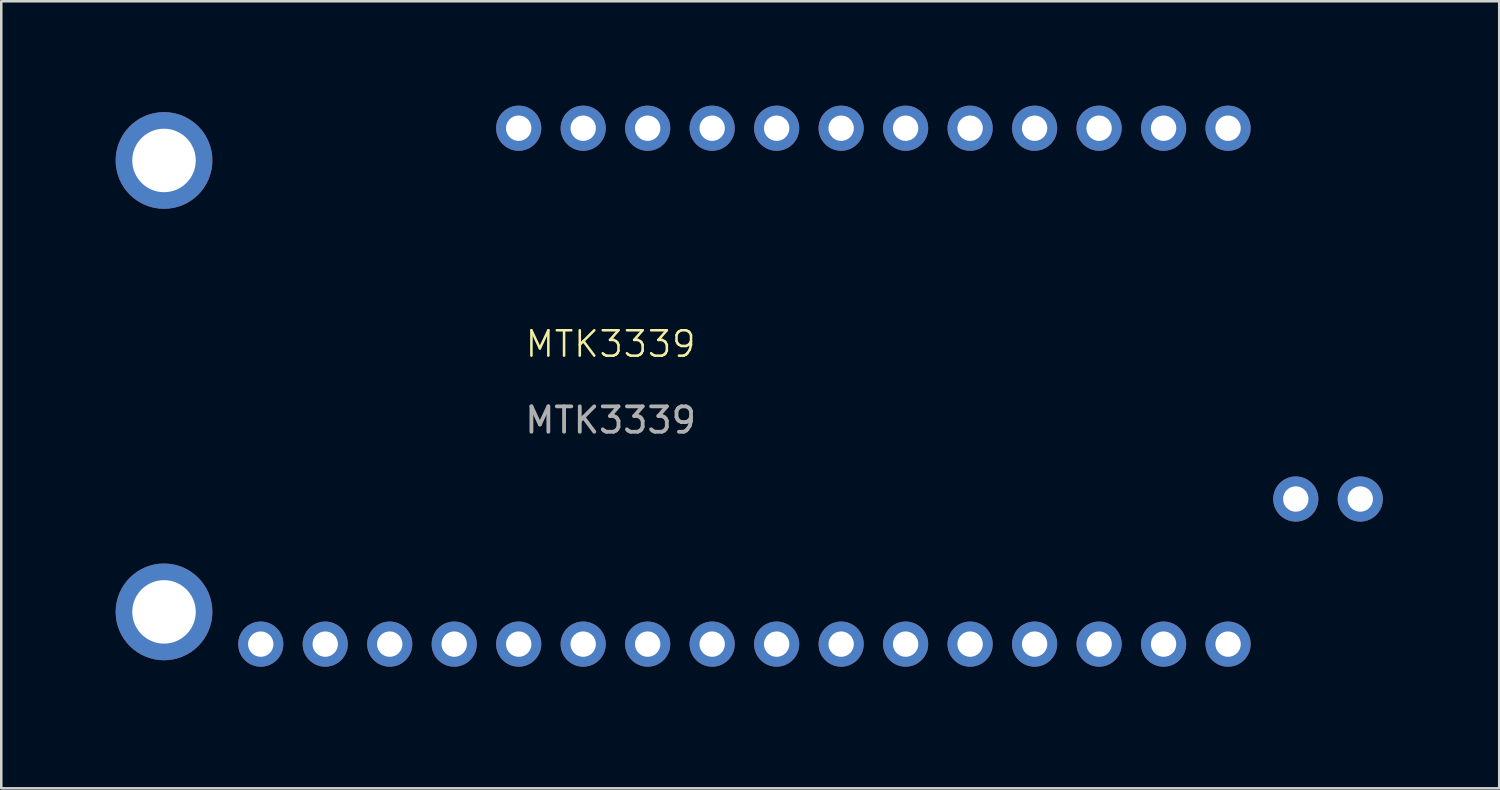
<source format=kicad_pcb>
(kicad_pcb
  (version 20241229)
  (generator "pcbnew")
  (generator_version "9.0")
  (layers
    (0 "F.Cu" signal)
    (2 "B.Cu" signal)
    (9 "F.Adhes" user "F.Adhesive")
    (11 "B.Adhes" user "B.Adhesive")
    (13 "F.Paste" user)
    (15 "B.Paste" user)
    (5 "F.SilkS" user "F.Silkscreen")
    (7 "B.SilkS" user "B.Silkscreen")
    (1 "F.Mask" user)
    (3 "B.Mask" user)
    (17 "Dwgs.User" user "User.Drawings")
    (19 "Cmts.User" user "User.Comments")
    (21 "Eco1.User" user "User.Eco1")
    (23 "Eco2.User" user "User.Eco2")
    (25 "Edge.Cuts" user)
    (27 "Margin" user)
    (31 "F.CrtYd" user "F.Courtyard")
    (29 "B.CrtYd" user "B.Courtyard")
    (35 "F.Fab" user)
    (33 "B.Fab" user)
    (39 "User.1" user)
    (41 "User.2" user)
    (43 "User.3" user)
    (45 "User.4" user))
  (footprint "MTK3339"
    (layer "F.Cu")
    (at 21 11)
    (property "Reference" "MTK3339" (at 0 -0.5 0) (unlocked yes) (layer "F.SilkS") (effects (font (size 1 1) (thickness 0.1))))
    (attr through_hole)
    (fp_text user "${REFERENCE}" (at 0 2.5 0) (unlocked yes) (layer "F.Fab") (effects (font (size 1 1) (thickness 0.15))))
    (pad "" thru_hole circle (at -17.59 -7.73) (size 3.81 3.81) (drill 2.5) (layers "*.Cu" "*.Mask"))
    (pad "" thru_hole circle (at -17.59 10.05) (size 3.81 3.81) (drill 2.5) (layers "*.Cu" "*.Mask"))
    (pad "" thru_hole circle (at -13.78 11.32) (size 1.778 1.778) (drill 1) (layers "*.Cu" "*.Mask"))
    (pad "" thru_hole circle (at -8.7 11.32) (size 1.778 1.778) (drill 1) (layers "*.Cu" "*.Mask"))
    (pad "" thru_hole circle (at -3.62 -9) (size 1.778 1.778) (drill 1) (layers "*.Cu" "*.Mask"))
    (pad "" thru_hole circle (at -3.62 11.32) (size 1.778 1.778) (drill 1) (layers "*.Cu" "*.Mask"))
    (pad "" thru_hole circle (at -1.08 -9) (size 1.778 1.778) (drill 1) (layers "*.Cu" "*.Mask"))
    (pad "" thru_hole circle (at -1.08 11.32) (size 1.778 1.778) (drill 1) (layers "*.Cu" "*.Mask"))
    (pad "" thru_hole circle (at 1.46 -9) (size 1.778 1.778) (drill 1) (layers "*.Cu" "*.Mask"))
    (pad "" thru_hole circle (at 1.46 11.32) (size 1.778 1.778) (drill 1) (layers "*.Cu" "*.Mask"))
    (pad "" thru_hole circle (at 4 -9) (size 1.778 1.778) (drill 1) (layers "*.Cu" "*.Mask"))
    (pad "" thru_hole circle (at 4 11.32) (size 1.778 1.778) (drill 1) (layers "*.Cu" "*.Mask"))
    (pad "" thru_hole circle (at 6.54 -9) (size 1.778 1.778) (drill 1) (layers "*.Cu" "*.Mask"))
    (pad "" thru_hole circle (at 6.54 11.32) (size 1.778 1.778) (drill 1) (layers "*.Cu" "*.Mask"))
    (pad "" thru_hole circle (at 9.08 -9) (size 1.778 1.778) (drill 1) (layers "*.Cu" "*.Mask"))
    (pad "" thru_hole circle (at 9.08 11.32) (size 1.778 1.778) (drill 1) (layers "*.Cu" "*.Mask"))
    (pad "" thru_hole circle (at 11.62 -9) (size 1.778 1.778) (drill 1) (layers "*.Cu" "*.Mask"))
    (pad "" thru_hole circle (at 11.62 11.32) (size 1.778 1.778) (drill 1) (layers "*.Cu" "*.Mask"))
    (pad "" thru_hole circle (at 14.16 -9) (size 1.778 1.778) (drill 1) (layers "*.Cu" "*.Mask"))
    (pad "" thru_hole circle (at 14.16 11.32) (size 1.778 1.778) (drill 1) (layers "*.Cu" "*.Mask"))
    (pad "" thru_hole circle (at 16.7 -9) (size 1.778 1.778) (drill 1) (layers "*.Cu" "*.Mask"))
    (pad "" thru_hole circle (at 16.7 11.32) (size 1.778 1.778) (drill 1) (layers "*.Cu" "*.Mask"))
    (pad "" thru_hole circle (at 19.24 -9) (size 1.778 1.778) (drill 1) (layers "*.Cu" "*.Mask"))
    (pad "" thru_hole circle (at 19.24 11.32) (size 1.778 1.778) (drill 1) (layers "*.Cu" "*.Mask"))
    (pad "" thru_hole circle (at 21.78 -9) (size 1.778 1.778) (drill 1) (layers "*.Cu" "*.Mask"))
    (pad "" thru_hole circle (at 21.78 11.32) (size 1.778 1.778) (drill 1) (layers "*.Cu" "*.Mask"))
    (pad "" thru_hole circle (at 24.32 -9) (size 1.778 1.778) (drill 1) (layers "*.Cu" "*.Mask"))
    (pad "" thru_hole circle (at 24.32 11.32) (size 1.778 1.778) (drill 1) (layers "*.Cu" "*.Mask"))
    (pad "1" thru_hole circle (at -11.24 11.32) (size 1.778 1.778) (drill 1) (layers "*.Cu" "*.Mask"))
    (pad "2" thru_hole circle (at -6.16 11.32) (size 1.778 1.778) (drill 1) (layers "*.Cu" "*.Mask"))
    (pad "3" thru_hole circle (at 29.527 5.605 270) (size 1.778 1.778) (drill 1) (layers "*.Cu" "*.Mask"))
    (pad "4" thru_hole circle (at 26.987 5.605 270) (size 1.778 1.778) (drill 1) (layers "*.Cu" "*.Mask"))
    (zone (net_name "") (layer "F.SilkS") (hatch edge 0.5) (connect_pads) (min_thickness 0.25) (filled_areas_thickness no) (keepout (tracks allowed) (vias allowed) (pads not_allowed) (copperpour allowed) (footprints not_allowed)) (placement (enabled no)) (fill) (polygon (pts (xy 0 0) (xy 53 0) (xy 53 25) (xy 0 25)))))
  (gr_rect
    (start -3 -3)
    (end 56 28)
    (stroke (width 0.1) (type default))
    (fill no)
    (layer "Edge.Cuts")))
</source>
